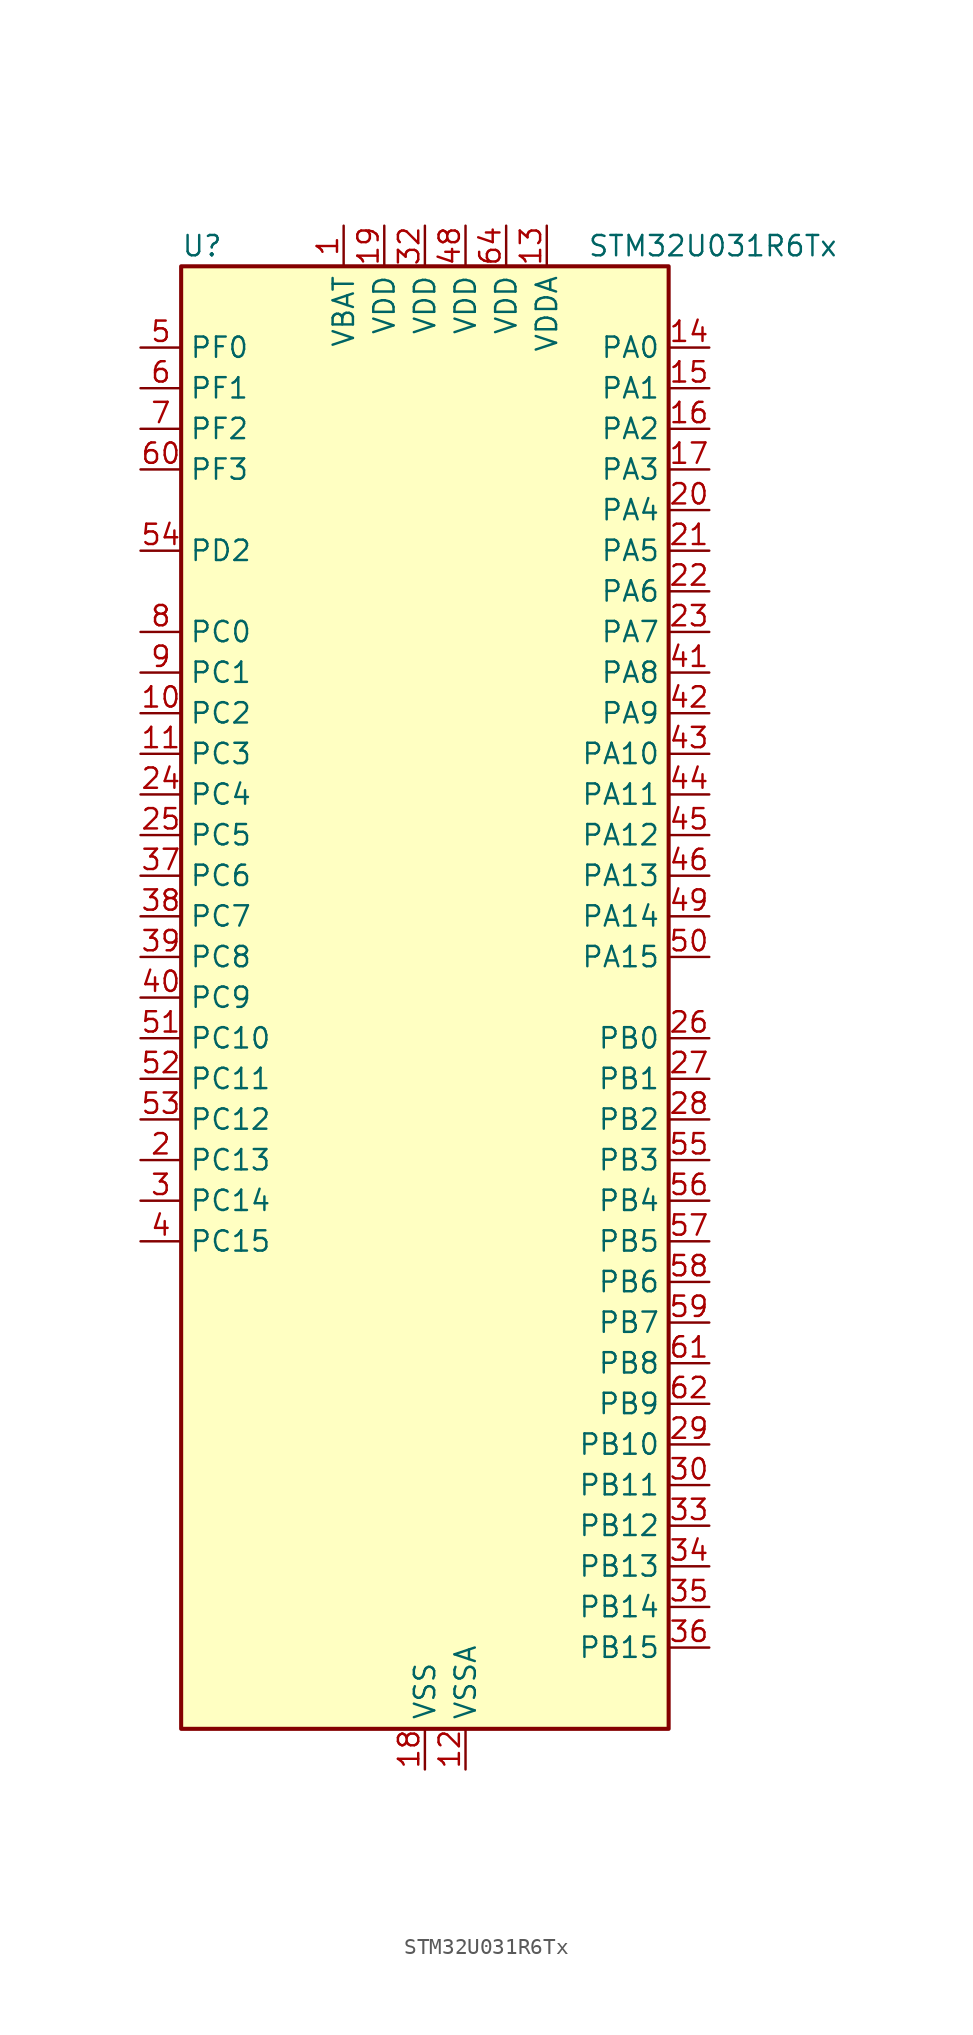
<source format=kicad_sym>
(kicad_symbol_lib
  (version 20241209)
  (generator "kicad_symbol_editor")
  (generator_version "9.0")
  (symbol "STM32U031R6Tx"
    (property "Reference" "U"
      (at -15.24 46.99 0)
      (effects (font (size 1.27 1.27)) (justify left)))
    (property "Value" "STM32U031R6Tx"
      (at 10.16 46.99 0)
      (effects (font (size 1.27 1.27)) (justify left)))
    (symbol "STM32U031R6Tx_0_1"
      (rectangle (start -15.24 -45.72) (end 15.24 45.72) (stroke (width 0.254) (type default)) (fill (type background))))
    (symbol "STM32U031R6Tx_1_1"
      (pin bidirectional line (at -17.78 40.64 0) (length 2.54) (name "PF0" (effects (font (size 1.27 1.27)))) (number "5" (effects (font (size 1.27 1.27)))) (alternate "RCC_OSC_IN" bidirectional line))
      (pin bidirectional line (at -17.78 38.1 0) (length 2.54) (name "PF1" (effects (font (size 1.27 1.27)))) (number "6" (effects (font (size 1.27 1.27)))) (alternate "RCC_OSC_EN" bidirectional line) (alternate "RCC_OSC_OUT" bidirectional line))
      (pin bidirectional line (at -17.78 35.56 0) (length 2.54) (name "PF2" (effects (font (size 1.27 1.27)))) (number "7" (effects (font (size 1.27 1.27)))) (alternate "RCC_MCO" bidirectional line))
      (pin bidirectional line (at -17.78 33.02 0) (length 2.54) (name "PF3" (effects (font (size 1.27 1.27)))) (number "60" (effects (font (size 1.27 1.27)))))
      (pin bidirectional line (at -17.78 27.94 0) (length 2.54) (name "PD2" (effects (font (size 1.27 1.27)))) (number "54" (effects (font (size 1.27 1.27)))) (alternate "TIM3_ETR" bidirectional line) (alternate "TSC_SYNC" bidirectional line) (alternate "USART3_DE" bidirectional line) (alternate "USART3_RTS" bidirectional line))
      (pin bidirectional line (at -17.78 22.86 0) (length 2.54) (name "PC0" (effects (font (size 1.27 1.27)))) (number "8" (effects (font (size 1.27 1.27)))) (alternate "ADC1_IN0" bidirectional line) (alternate "I2C3_SCL" bidirectional line) (alternate "LPTIM1_IN1" bidirectional line) (alternate "LPTIM2_IN1" bidirectional line) (alternate "LPUART1_RX" bidirectional line) (alternate "LPUART2_TX" bidirectional line))
      (pin bidirectional line (at -17.78 20.32 0) (length 2.54) (name "PC1" (effects (font (size 1.27 1.27)))) (number "9" (effects (font (size 1.27 1.27)))) (alternate "ADC1_IN1" bidirectional line) (alternate "I2C3_SDA" bidirectional line) (alternate "LPTIM1_CH1" bidirectional line) (alternate "LPUART1_TX" bidirectional line) (alternate "LPUART2_RX" bidirectional line))
      (pin bidirectional line (at -17.78 17.78 0) (length 2.54) (name "PC2" (effects (font (size 1.27 1.27)))) (number "10" (effects (font (size 1.27 1.27)))) (alternate "ADC1_IN2" bidirectional line) (alternate "LPTIM1_IN2" bidirectional line) (alternate "RCC_MCO2" bidirectional line) (alternate "SPI2_MISO" bidirectional line))
      (pin bidirectional line (at -17.78 15.24 0) (length 2.54) (name "PC3" (effects (font (size 1.27 1.27)))) (number "11" (effects (font (size 1.27 1.27)))) (alternate "ADC1_IN3" bidirectional line) (alternate "LPTIM1_ETR" bidirectional line) (alternate "LPTIM2_ETR" bidirectional line) (alternate "SPI2_MOSI" bidirectional line) (alternate "USART4_CK" bidirectional line))
      (pin bidirectional line (at -17.78 12.7 0) (length 2.54) (name "PC4" (effects (font (size 1.27 1.27)))) (number "24" (effects (font (size 1.27 1.27)))) (alternate "ADC1_IN15" bidirectional line) (alternate "COMP1_INM" bidirectional line) (alternate "USART3_TX" bidirectional line))
      (pin bidirectional line (at -17.78 10.16 0) (length 2.54) (name "PC5" (effects (font (size 1.27 1.27)))) (number "25" (effects (font (size 1.27 1.27)))) (alternate "ADC1_IN16" bidirectional line) (alternate "COMP1_INP" bidirectional line) (alternate "PWR_WKUP5" bidirectional line) (alternate "TAMP_IN4" bidirectional line) (alternate "USART3_RX" bidirectional line))
      (pin bidirectional line (at -17.78 7.62 0) (length 2.54) (name "PC6" (effects (font (size 1.27 1.27)))) (number "37" (effects (font (size 1.27 1.27)))) (alternate "COMP1_INP" bidirectional line) (alternate "LPUART2_TX" bidirectional line) (alternate "TIM3_CH1" bidirectional line) (alternate "TSC_G4_IO1" bidirectional line))
      (pin bidirectional line (at -17.78 5.08 0) (length 2.54) (name "PC7" (effects (font (size 1.27 1.27)))) (number "38" (effects (font (size 1.27 1.27)))) (alternate "LPTIM2_CH2" bidirectional line) (alternate "LPUART2_RX" bidirectional line) (alternate "TIM3_CH2" bidirectional line) (alternate "TSC_G4_IO2" bidirectional line))
      (pin bidirectional line (at -17.78 2.54 0) (length 2.54) (name "PC8" (effects (font (size 1.27 1.27)))) (number "39" (effects (font (size 1.27 1.27)))) (alternate "TIM3_CH3" bidirectional line) (alternate "TSC_G4_IO3" bidirectional line))
      (pin bidirectional line (at -17.78 0 0) (length 2.54) (name "PC9" (effects (font (size 1.27 1.27)))) (number "40" (effects (font (size 1.27 1.27)))) (alternate "DAC1_EXTI9" bidirectional line) (alternate "TIM3_CH4" bidirectional line) (alternate "TSC_G4_IO4" bidirectional line))
      (pin bidirectional line (at -17.78 -2.54 0) (length 2.54) (name "PC10" (effects (font (size 1.27 1.27)))) (number "51" (effects (font (size 1.27 1.27)))) (alternate "TSC_G3_IO2" bidirectional line) (alternate "USART3_TX" bidirectional line) (alternate "USART4_TX" bidirectional line))
      (pin bidirectional line (at -17.78 -5.08 0) (length 2.54) (name "PC11" (effects (font (size 1.27 1.27)))) (number "52" (effects (font (size 1.27 1.27)))) (alternate "ADC1_EXTI11" bidirectional line) (alternate "TSC_G3_IO3" bidirectional line) (alternate "USART3_RX" bidirectional line) (alternate "USART4_RX" bidirectional line))
      (pin bidirectional line (at -17.78 -7.62 0) (length 2.54) (name "PC12" (effects (font (size 1.27 1.27)))) (number "53" (effects (font (size 1.27 1.27)))) (alternate "USART3_CK" bidirectional line) (alternate "USART4_CK" bidirectional line))
      (pin bidirectional line (at -17.78 -10.16 0) (length 2.54) (name "PC13" (effects (font (size 1.27 1.27)))) (number "2" (effects (font (size 1.27 1.27)))) (alternate "LPTIM1_CH3" bidirectional line) (alternate "PWR_WKUP2" bidirectional line) (alternate "RTC_OUT1" bidirectional line) (alternate "RTC_TS" bidirectional line) (alternate "TAMP_IN1" bidirectional line))
      (pin bidirectional line (at -17.78 -12.7 0) (length 2.54) (name "PC14" (effects (font (size 1.27 1.27)))) (number "3" (effects (font (size 1.27 1.27)))) (alternate "RCC_OSC32_IN" bidirectional line))
      (pin bidirectional line (at -17.78 -15.24 0) (length 2.54) (name "PC15" (effects (font (size 1.27 1.27)))) (number "4" (effects (font (size 1.27 1.27)))) (alternate "RCC_OSC32_EN" bidirectional line) (alternate "RCC_OSC32_OUT" bidirectional line) (alternate "RCC_OSC_EN" bidirectional line))
      (pin power_in line (at -5.08 48.26 270) (length 2.54) (name "VBAT" (effects (font (size 1.27 1.27)))) (number "1" (effects (font (size 1.27 1.27)))))
      (pin power_in line (at -2.54 48.26 270) (length 2.54) (name "VDD" (effects (font (size 1.27 1.27)))) (number "19" (effects (font (size 1.27 1.27)))))
      (pin power_in line (at 0 48.26 270) (length 2.54) (name "VDD" (effects (font (size 1.27 1.27)))) (number "32" (effects (font (size 1.27 1.27)))))
      (pin power_in line (at 0 -48.26 90) (length 2.54) (name "VSS" (effects (font (size 1.27 1.27)))) (number "18" (effects (font (size 1.27 1.27)))))
      (pin passive line (at 0 -48.26 90) (length 2.54) (hide yes) (name "VSS" (effects (font (size 1.27 1.27)))) (number "31" (effects (font (size 1.27 1.27)))))
      (pin passive line (at 0 -48.26 90) (length 2.54) (hide yes) (name "VSS" (effects (font (size 1.27 1.27)))) (number "47" (effects (font (size 1.27 1.27)))))
      (pin passive line (at 0 -48.26 90) (length 2.54) (hide yes) (name "VSS" (effects (font (size 1.27 1.27)))) (number "63" (effects (font (size 1.27 1.27)))))
      (pin power_in line (at 2.54 48.26 270) (length 2.54) (name "VDD" (effects (font (size 1.27 1.27)))) (number "48" (effects (font (size 1.27 1.27)))))
      (pin power_in line (at 2.54 -48.26 90) (length 2.54) (name "VSSA" (effects (font (size 1.27 1.27)))) (number "12" (effects (font (size 1.27 1.27)))))
      (pin power_in line (at 5.08 48.26 270) (length 2.54) (name "VDD" (effects (font (size 1.27 1.27)))) (number "64" (effects (font (size 1.27 1.27)))))
      (pin power_in line (at 7.62 48.26 270) (length 2.54) (name "VDDA" (effects (font (size 1.27 1.27)))) (number "13" (effects (font (size 1.27 1.27)))))
      (pin bidirectional line (at 17.78 40.64 180) (length 2.54) (name "PA0" (effects (font (size 1.27 1.27)))) (number "14" (effects (font (size 1.27 1.27)))) (alternate "ADC1_IN4" bidirectional line) (alternate "COMP1_INM" bidirectional line) (alternate "COMP1_OUT" bidirectional line) (alternate "OPAMP1_VINP" bidirectional line) (alternate "PWR_WKUP1" bidirectional line) (alternate "TAMP_IN2" bidirectional line) (alternate "TIM2_CH1" bidirectional line) (alternate "TIM2_ETR" bidirectional line) (alternate "USART2_CTS" bidirectional line) (alternate "USART4_TX" bidirectional line))
      (pin bidirectional line (at 17.78 38.1 180) (length 2.54) (name "PA1" (effects (font (size 1.27 1.27)))) (number "15" (effects (font (size 1.27 1.27)))) (alternate "ADC1_IN5" bidirectional line) (alternate "COMP1_INP" bidirectional line) (alternate "LPTIM1_CH2" bidirectional line) (alternate "OPAMP1_VINM" bidirectional line) (alternate "PWR_WKUP3" bidirectional line) (alternate "SPI1_SCK" bidirectional line) (alternate "SPI2_SCK" bidirectional line) (alternate "TAMP_IN5" bidirectional line) (alternate "TIM15_CH1N" bidirectional line) (alternate "TIM2_CH2" bidirectional line) (alternate "USART2_DE" bidirectional line) (alternate "USART2_RTS" bidirectional line) (alternate "USART4_RX" bidirectional line))
      (pin bidirectional line (at 17.78 35.56 180) (length 2.54) (name "PA2" (effects (font (size 1.27 1.27)))) (number "16" (effects (font (size 1.27 1.27)))) (alternate "ADC1_IN6" bidirectional line) (alternate "LPUART1_TX" bidirectional line) (alternate "PWR_WKUP4" bidirectional line) (alternate "RCC_LSCO" bidirectional line) (alternate "TIM15_CH1" bidirectional line) (alternate "TIM2_CH3" bidirectional line) (alternate "USART2_TX" bidirectional line))
      (pin bidirectional line (at 17.78 33.02 180) (length 2.54) (name "PA3" (effects (font (size 1.27 1.27)))) (number "17" (effects (font (size 1.27 1.27)))) (alternate "ADC1_IN7" bidirectional line) (alternate "LPUART1_RX" bidirectional line) (alternate "OPAMP1_VOUT" bidirectional line) (alternate "TIM15_CH2" bidirectional line) (alternate "TIM2_CH4" bidirectional line) (alternate "USART2_RX" bidirectional line))
      (pin bidirectional line (at 17.78 30.48 180) (length 2.54) (name "PA4" (effects (font (size 1.27 1.27)))) (number "20" (effects (font (size 1.27 1.27)))) (alternate "ADC1_IN8" bidirectional line) (alternate "COMP1_INM" bidirectional line) (alternate "DAC1_OUT1" bidirectional line) (alternate "LPTIM2_CH1" bidirectional line) (alternate "SPI1_NSS" bidirectional line) (alternate "USART2_CK" bidirectional line))
      (pin bidirectional line (at 17.78 27.94 180) (length 2.54) (name "PA5" (effects (font (size 1.27 1.27)))) (number "21" (effects (font (size 1.27 1.27)))) (alternate "ADC1_IN9" bidirectional line) (alternate "COMP1_INM" bidirectional line) (alternate "LPTIM2_ETR" bidirectional line) (alternate "SPI1_SCK" bidirectional line) (alternate "TIM2_CH1" bidirectional line) (alternate "TIM2_ETR" bidirectional line) (alternate "USART3_TX" bidirectional line))
      (pin bidirectional line (at 17.78 25.4 180) (length 2.54) (name "PA6" (effects (font (size 1.27 1.27)))) (number "22" (effects (font (size 1.27 1.27)))) (alternate "ADC1_IN10" bidirectional line) (alternate "COMP1_OUT" bidirectional line) (alternate "I2C2_SDA" bidirectional line) (alternate "I2C3_SDA" bidirectional line) (alternate "LPUART1_CTS" bidirectional line) (alternate "SPI1_MISO" bidirectional line) (alternate "TIM16_CH1" bidirectional line) (alternate "TIM1_BKIN" bidirectional line) (alternate "TIM3_CH1" bidirectional line) (alternate "TSC_G5_IO1" bidirectional line) (alternate "USART3_CTS" bidirectional line))
      (pin bidirectional line (at 17.78 22.86 180) (length 2.54) (name "PA7" (effects (font (size 1.27 1.27)))) (number "23" (effects (font (size 1.27 1.27)))) (alternate "ADC1_IN14" bidirectional line) (alternate "I2C2_SCL" bidirectional line) (alternate "I2C3_SCL" bidirectional line) (alternate "LPTIM2_CH2" bidirectional line) (alternate "SPI1_MOSI" bidirectional line) (alternate "TIM1_CH1N" bidirectional line) (alternate "TIM3_CH2" bidirectional line) (alternate "USART3_RX" bidirectional line))
      (pin bidirectional line (at 17.78 20.32 180) (length 2.54) (name "PA8" (effects (font (size 1.27 1.27)))) (number "41" (effects (font (size 1.27 1.27)))) (alternate "LPTIM2_CH1" bidirectional line) (alternate "RCC_MCO" bidirectional line) (alternate "RCC_MCO2" bidirectional line) (alternate "TIM1_CH1" bidirectional line) (alternate "TSC_G7_IO1" bidirectional line) (alternate "USART1_CK" bidirectional line))
      (pin bidirectional line (at 17.78 17.78 180) (length 2.54) (name "PA9" (effects (font (size 1.27 1.27)))) (number "42" (effects (font (size 1.27 1.27)))) (alternate "COMP1_INP" bidirectional line) (alternate "DAC1_EXTI9" bidirectional line) (alternate "I2C1_SCL" bidirectional line) (alternate "I2C2_SCL" bidirectional line) (alternate "RCC_MCO" bidirectional line) (alternate "TIM15_BKIN" bidirectional line) (alternate "TIM1_CH2" bidirectional line) (alternate "TSC_G7_IO2" bidirectional line) (alternate "USART1_TX" bidirectional line))
      (pin bidirectional line (at 17.78 15.24 180) (length 2.54) (name "PA10" (effects (font (size 1.27 1.27)))) (number "43" (effects (font (size 1.27 1.27)))) (alternate "I2C1_SDA" bidirectional line) (alternate "I2C2_SDA" bidirectional line) (alternate "RCC_MCO2" bidirectional line) (alternate "SPI2_NSS" bidirectional line) (alternate "TIM1_CH3" bidirectional line) (alternate "TSC_G7_IO3" bidirectional line) (alternate "USART1_RX" bidirectional line))
      (pin bidirectional line (at 17.78 12.7 180) (length 2.54) (name "PA11" (effects (font (size 1.27 1.27)))) (number "44" (effects (font (size 1.27 1.27)))) (alternate "ADC1_EXTI11" bidirectional line) (alternate "COMP1_OUT" bidirectional line) (alternate "SPI1_MISO" bidirectional line) (alternate "SPI2_MISO" bidirectional line) (alternate "TIM1_BKIN2" bidirectional line) (alternate "TIM1_CH4" bidirectional line) (alternate "USART1_CTS" bidirectional line))
      (pin bidirectional line (at 17.78 10.16 180) (length 2.54) (name "PA12" (effects (font (size 1.27 1.27)))) (number "45" (effects (font (size 1.27 1.27)))) (alternate "SPI1_MOSI" bidirectional line) (alternate "SPI2_MOSI" bidirectional line) (alternate "TIM1_ETR" bidirectional line) (alternate "USART1_DE" bidirectional line) (alternate "USART1_RTS" bidirectional line))
      (pin bidirectional line (at 17.78 7.62 180) (length 2.54) (name "PA13" (effects (font (size 1.27 1.27)))) (number "46" (effects (font (size 1.27 1.27)))) (alternate "DEBUG_JTMS-SWDIO" bidirectional line) (alternate "IR_OUT" bidirectional line) (alternate "TSC_G7_IO4" bidirectional line))
      (pin bidirectional line (at 17.78 5.08 180) (length 2.54) (name "PA14" (effects (font (size 1.27 1.27)))) (number "49" (effects (font (size 1.27 1.27)))) (alternate "DEBUG_JTCK-SWCLK" bidirectional line) (alternate "LPTIM1_CH1" bidirectional line) (alternate "TSC_G3_IO4" bidirectional line))
      (pin bidirectional line (at 17.78 2.54 180) (length 2.54) (name "PA15" (effects (font (size 1.27 1.27)))) (number "50" (effects (font (size 1.27 1.27)))) (alternate "DEBUG_JTDI" bidirectional line) (alternate "SPI1_NSS" bidirectional line) (alternate "TIM2_CH1" bidirectional line) (alternate "TIM2_ETR" bidirectional line) (alternate "TSC_G3_IO1" bidirectional line) (alternate "USART2_RX" bidirectional line) (alternate "USART3_DE" bidirectional line) (alternate "USART3_RTS" bidirectional line) (alternate "USART4_DE" bidirectional line) (alternate "USART4_RTS" bidirectional line))
      (pin bidirectional line (at 17.78 -2.54 180) (length 2.54) (name "PB0" (effects (font (size 1.27 1.27)))) (number "26" (effects (font (size 1.27 1.27)))) (alternate "ADC1_IN17" bidirectional line) (alternate "COMP1_OUT" bidirectional line) (alternate "LPUART2_CTS" bidirectional line) (alternate "SPI1_NSS" bidirectional line) (alternate "TIM1_CH2N" bidirectional line) (alternate "TIM3_CH3" bidirectional line) (alternate "TSC_G5_IO2" bidirectional line) (alternate "USART3_CK" bidirectional line))
      (pin bidirectional line (at 17.78 -5.08 180) (length 2.54) (name "PB1" (effects (font (size 1.27 1.27)))) (number "27" (effects (font (size 1.27 1.27)))) (alternate "ADC1_IN18" bidirectional line) (alternate "COMP1_INM" bidirectional line) (alternate "LPTIM2_IN1" bidirectional line) (alternate "LPUART1_DE" bidirectional line) (alternate "LPUART1_RTS" bidirectional line) (alternate "LPUART2_DE" bidirectional line) (alternate "LPUART2_RTS" bidirectional line) (alternate "TIM1_CH3N" bidirectional line) (alternate "TIM3_CH4" bidirectional line) (alternate "TSC_SYNC" bidirectional line) (alternate "USART3_DE" bidirectional line) (alternate "USART3_RTS" bidirectional line))
      (pin bidirectional line (at 17.78 -7.62 180) (length 2.54) (name "PB2" (effects (font (size 1.27 1.27)))) (number "28" (effects (font (size 1.27 1.27)))) (alternate "COMP1_INP" bidirectional line) (alternate "LPTIM1_CH1" bidirectional line) (alternate "RTC_OUT2" bidirectional line))
      (pin bidirectional line (at 17.78 -10.16 180) (length 2.54) (name "PB3" (effects (font (size 1.27 1.27)))) (number "55" (effects (font (size 1.27 1.27)))) (alternate "DEBUG_JTDO-SWO" bidirectional line) (alternate "I2C2_SCL" bidirectional line) (alternate "I2C3_SCL" bidirectional line) (alternate "LPTIM1_CH3" bidirectional line) (alternate "SPI1_SCK" bidirectional line) (alternate "TIM2_CH2" bidirectional line) (alternate "USART1_DE" bidirectional line) (alternate "USART1_RTS" bidirectional line))
      (pin bidirectional line (at 17.78 -12.7 180) (length 2.54) (name "PB4" (effects (font (size 1.27 1.27)))) (number "56" (effects (font (size 1.27 1.27)))) (alternate "I2C2_SDA" bidirectional line) (alternate "I2C3_SDA" bidirectional line) (alternate "LPTIM1_CH4" bidirectional line) (alternate "SPI1_MISO" bidirectional line) (alternate "TIM3_CH1" bidirectional line) (alternate "TSC_G2_IO1" bidirectional line) (alternate "USART1_CTS" bidirectional line))
      (pin bidirectional line (at 17.78 -15.24 180) (length 2.54) (name "PB5" (effects (font (size 1.27 1.27)))) (number "57" (effects (font (size 1.27 1.27)))) (alternate "LPTIM1_IN1" bidirectional line) (alternate "SPI1_MOSI" bidirectional line) (alternate "TIM16_BKIN" bidirectional line) (alternate "TIM3_CH2" bidirectional line) (alternate "TSC_G2_IO2" bidirectional line) (alternate "USART1_CK" bidirectional line))
      (pin bidirectional line (at 17.78 -17.78 180) (length 2.54) (name "PB6" (effects (font (size 1.27 1.27)))) (number "58" (effects (font (size 1.27 1.27)))) (alternate "I2C1_SCL" bidirectional line) (alternate "I2C2_SCL" bidirectional line) (alternate "LPTIM1_ETR" bidirectional line) (alternate "LPUART2_TX" bidirectional line) (alternate "TIM16_CH1N" bidirectional line) (alternate "TSC_G2_IO3" bidirectional line) (alternate "USART1_TX" bidirectional line))
      (pin bidirectional line (at 17.78 -20.32 180) (length 2.54) (name "PB7" (effects (font (size 1.27 1.27)))) (number "59" (effects (font (size 1.27 1.27)))) (alternate "I2C1_SDA" bidirectional line) (alternate "I2C2_SDA" bidirectional line) (alternate "LPTIM1_IN2" bidirectional line) (alternate "LPUART2_RX" bidirectional line) (alternate "TSC_G2_IO4" bidirectional line) (alternate "USART1_RX" bidirectional line) (alternate "USART4_CTS" bidirectional line))
      (pin bidirectional line (at 17.78 -22.86 180) (length 2.54) (name "PB8" (effects (font (size 1.27 1.27)))) (number "61" (effects (font (size 1.27 1.27)))) (alternate "I2C1_SCL" bidirectional line) (alternate "I2C2_SCL" bidirectional line) (alternate "LPTIM1_IN2" bidirectional line) (alternate "TIM16_CH1" bidirectional line) (alternate "USART3_TX" bidirectional line))
      (pin bidirectional line (at 17.78 -25.4 180) (length 2.54) (name "PB9" (effects (font (size 1.27 1.27)))) (number "62" (effects (font (size 1.27 1.27)))) (alternate "DAC1_EXTI9" bidirectional line) (alternate "I2C1_SDA" bidirectional line) (alternate "I2C2_SDA" bidirectional line) (alternate "IR_OUT" bidirectional line) (alternate "LPTIM1_CH4" bidirectional line) (alternate "SPI2_NSS" bidirectional line) (alternate "USART3_RX" bidirectional line))
      (pin bidirectional line (at 17.78 -27.94 180) (length 2.54) (name "PB10" (effects (font (size 1.27 1.27)))) (number "29" (effects (font (size 1.27 1.27)))) (alternate "COMP1_OUT" bidirectional line) (alternate "I2C2_SCL" bidirectional line) (alternate "LPUART1_RX" bidirectional line) (alternate "LPUART2_RX" bidirectional line) (alternate "SPI2_SCK" bidirectional line) (alternate "TIM2_CH3" bidirectional line) (alternate "TSC_G5_IO3" bidirectional line) (alternate "USART3_TX" bidirectional line))
      (pin bidirectional line (at 17.78 -30.48 180) (length 2.54) (name "PB11" (effects (font (size 1.27 1.27)))) (number "30" (effects (font (size 1.27 1.27)))) (alternate "ADC1_EXTI11" bidirectional line) (alternate "I2C2_SDA" bidirectional line) (alternate "LPUART1_TX" bidirectional line) (alternate "LPUART2_TX" bidirectional line) (alternate "TIM2_CH4" bidirectional line) (alternate "TSC_G5_IO4" bidirectional line) (alternate "USART3_RX" bidirectional line))
      (pin bidirectional line (at 17.78 -33.02 180) (length 2.54) (name "PB12" (effects (font (size 1.27 1.27)))) (number "33" (effects (font (size 1.27 1.27)))) (alternate "LPUART1_DE" bidirectional line) (alternate "LPUART1_RTS" bidirectional line) (alternate "SPI2_NSS" bidirectional line) (alternate "TIM15_BKIN" bidirectional line) (alternate "TIM1_BKIN" bidirectional line) (alternate "TSC_G1_IO1" bidirectional line) (alternate "USART3_CK" bidirectional line))
      (pin bidirectional line (at 17.78 -35.56 180) (length 2.54) (name "PB13" (effects (font (size 1.27 1.27)))) (number "34" (effects (font (size 1.27 1.27)))) (alternate "I2C2_SCL" bidirectional line) (alternate "LPUART1_CTS" bidirectional line) (alternate "SPI2_SCK" bidirectional line) (alternate "TIM15_CH1N" bidirectional line) (alternate "TIM1_CH1N" bidirectional line) (alternate "TSC_G1_IO2" bidirectional line) (alternate "USART3_CTS" bidirectional line))
      (pin bidirectional line (at 17.78 -38.1 180) (length 2.54) (name "PB14" (effects (font (size 1.27 1.27)))) (number "35" (effects (font (size 1.27 1.27)))) (alternate "I2C2_SDA" bidirectional line) (alternate "SPI2_MISO" bidirectional line) (alternate "TIM15_CH1" bidirectional line) (alternate "TIM1_CH2N" bidirectional line) (alternate "TSC_G1_IO3" bidirectional line) (alternate "USART3_DE" bidirectional line) (alternate "USART3_RTS" bidirectional line))
      (pin bidirectional line (at 17.78 -40.64 180) (length 2.54) (name "PB15" (effects (font (size 1.27 1.27)))) (number "36" (effects (font (size 1.27 1.27)))) (alternate "PWR_WKUP7" bidirectional line) (alternate "RTC_REFIN" bidirectional line) (alternate "SPI2_MOSI" bidirectional line) (alternate "TAMP_IN3" bidirectional line) (alternate "TIM15_CH2" bidirectional line) (alternate "TIM1_CH3N" bidirectional line) (alternate "TSC_G1_IO4" bidirectional line)))))
</source>
